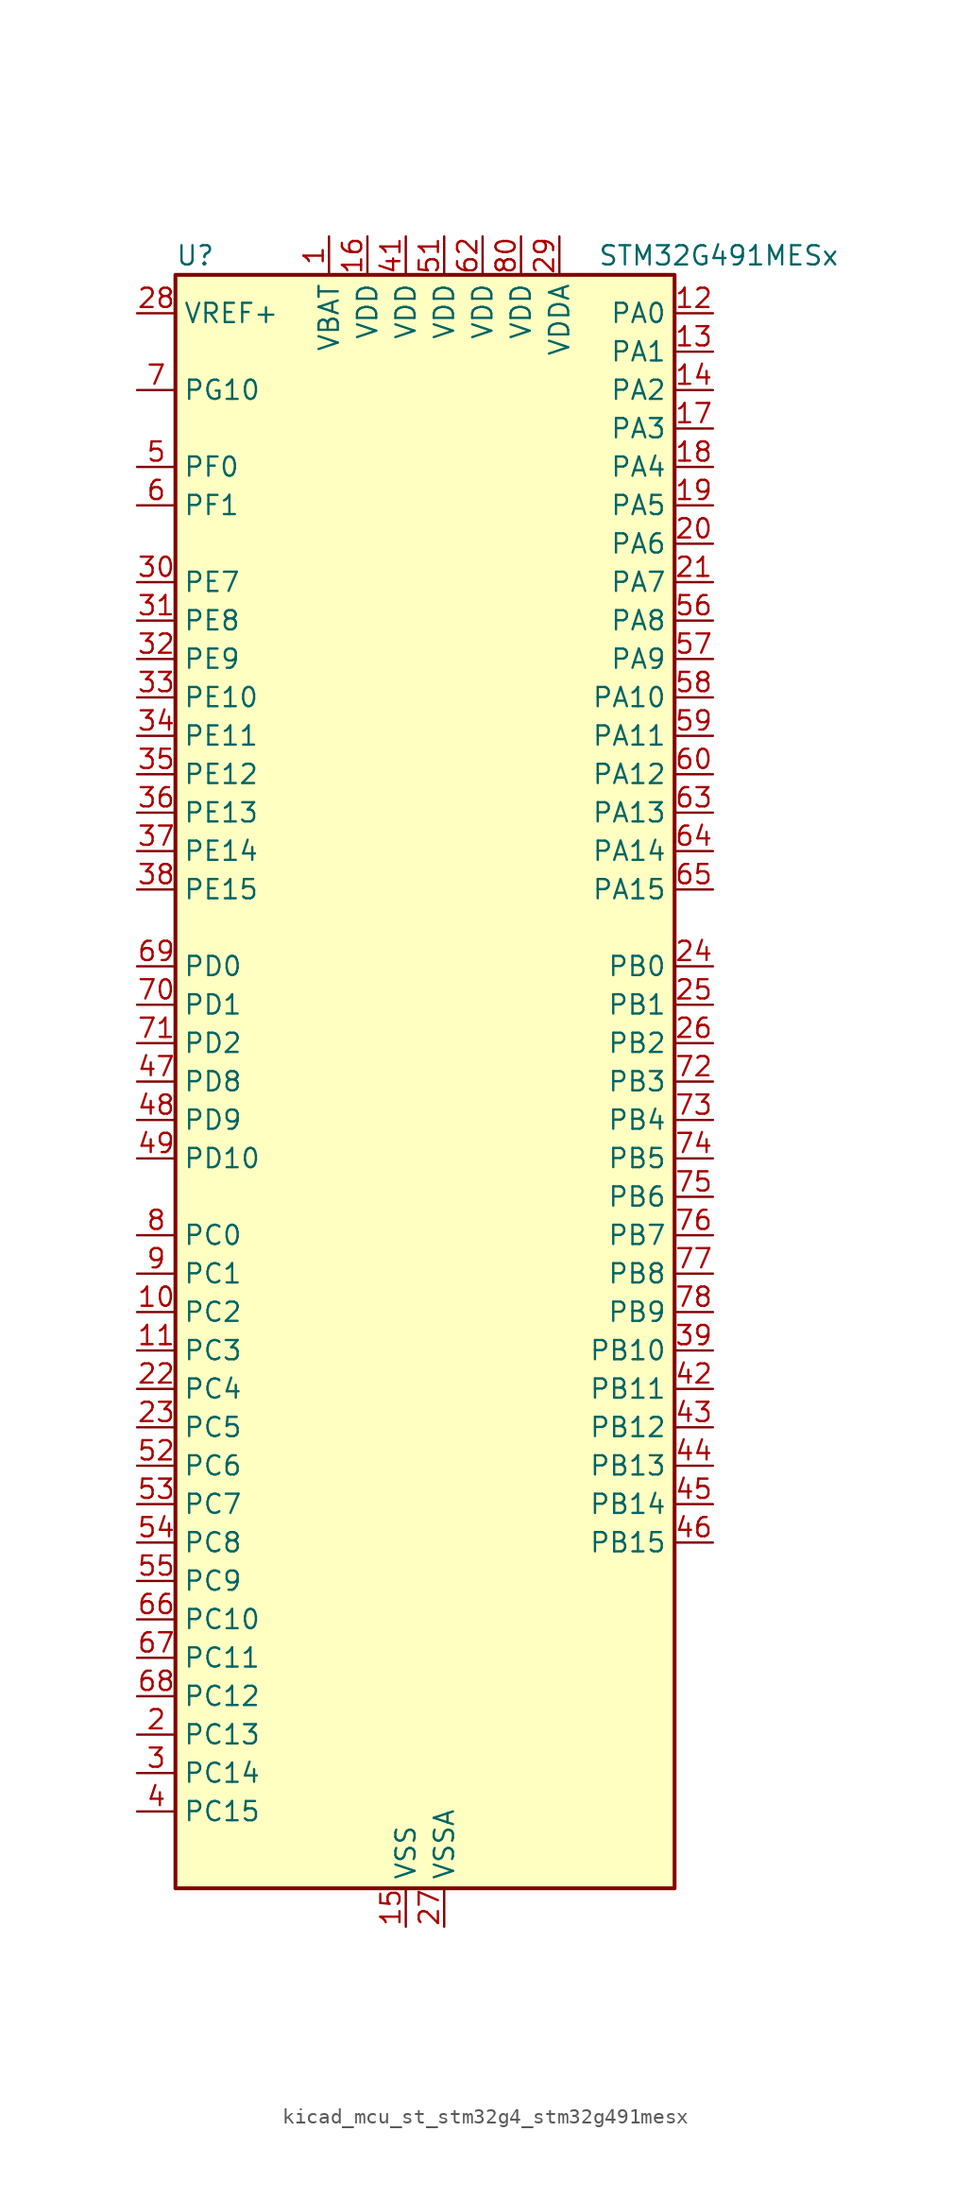
<source format=kicad_sym>
(kicad_symbol_lib
  (version 20220914)
  (generator kicad_symbol_editor)
  (symbol "kicad_mcu_st_stm32g4_stm32g491mesx"
    (property "Reference" "U"
      (at -15.24 54.61 0)
      (effects (font (size 1.27 1.27)) (justify left)))
    (property "Value" "STM32G491MESx"
      (at 12.7 54.61 0)
      (effects (font (size 1.27 1.27)) (justify left)))
    (property "ki_locked" ""
      (at 0 0 0)
      (effects (font (size 1.27 1.27))))
    (symbol "kicad_mcu_st_stm32g4_stm32g491mesx_0_1"
      (rectangle (start -15.24 -53.34) (end 17.78 53.34) (stroke (width 0.254) (type default)) (fill (type background))))
    (symbol "kicad_mcu_st_stm32g4_stm32g491mesx_1_1"
      (pin power_in line (at -5.08 55.88 270) (length 2.54) (name "VBAT" (effects (font (size 1.27 1.27)))) (number "1" (effects (font (size 1.27 1.27)))))
      (pin bidirectional line (at -17.78 -15.24 0) (length 2.54) (name "PC2" (effects (font (size 1.27 1.27)))) (number "10" (effects (font (size 1.27 1.27)))) (alternate "ADC1_IN8" bidirectional line) (alternate "ADC2_IN8" bidirectional line) (alternate "ADC3_EXTI2" bidirectional line) (alternate "COMP3_OUT" bidirectional line) (alternate "LPTIM1_IN2" bidirectional line) (alternate "QUADSPI1_BK2_IO1" bidirectional line) (alternate "TIM1_CH3" bidirectional line) (alternate "TIM20_CH2" bidirectional line))
      (pin bidirectional line (at -17.78 -17.78 0) (length 2.54) (name "PC3" (effects (font (size 1.27 1.27)))) (number "11" (effects (font (size 1.27 1.27)))) (alternate "ADC1_IN9" bidirectional line) (alternate "ADC2_IN9" bidirectional line) (alternate "ADC3_EXTI3" bidirectional line) (alternate "LPTIM1_ETR" bidirectional line) (alternate "QUADSPI1_BK2_IO2" bidirectional line) (alternate "SAI1_D1" bidirectional line) (alternate "SAI1_SD_A" bidirectional line) (alternate "TIM1_BKIN2" bidirectional line) (alternate "TIM1_CH4" bidirectional line))
      (pin bidirectional line (at 20.32 50.8 180) (length 2.54) (name "PA0" (effects (font (size 1.27 1.27)))) (number "12" (effects (font (size 1.27 1.27)))) (alternate "ADC1_IN1" bidirectional line) (alternate "ADC2_IN1" bidirectional line) (alternate "COMP1_INM" bidirectional line) (alternate "COMP1_OUT" bidirectional line) (alternate "COMP3_INP" bidirectional line) (alternate "RTC_TAMP2" bidirectional line) (alternate "SYS_WKUP1" bidirectional line) (alternate "TIM2_CH1" bidirectional line) (alternate "TIM2_ETR" bidirectional line) (alternate "TIM8_BKIN" bidirectional line) (alternate "TIM8_ETR" bidirectional line) (alternate "USART2_CTS" bidirectional line) (alternate "USART2_NSS" bidirectional line))
      (pin bidirectional line (at 20.32 48.26 180) (length 2.54) (name "PA1" (effects (font (size 1.27 1.27)))) (number "13" (effects (font (size 1.27 1.27)))) (alternate "ADC1_IN2" bidirectional line) (alternate "ADC2_IN2" bidirectional line) (alternate "COMP1_INP" bidirectional line) (alternate "OPAMP1_VINP" bidirectional line) (alternate "OPAMP1_VINP_SEC" bidirectional line) (alternate "OPAMP3_VINP" bidirectional line) (alternate "OPAMP3_VINP_SEC" bidirectional line) (alternate "OPAMP6_VINM" bidirectional line) (alternate "OPAMP6_VINM0" bidirectional line) (alternate "OPAMP6_VINM_SEC" bidirectional line) (alternate "RTC_REFIN" bidirectional line) (alternate "TIM15_CH1N" bidirectional line) (alternate "TIM2_CH2" bidirectional line) (alternate "USART2_DE" bidirectional line) (alternate "USART2_RTS" bidirectional line))
      (pin bidirectional line (at 20.32 45.72 180) (length 2.54) (name "PA2" (effects (font (size 1.27 1.27)))) (number "14" (effects (font (size 1.27 1.27)))) (alternate "ADC1_IN3" bidirectional line) (alternate "ADC3_EXTI2" bidirectional line) (alternate "COMP2_INM" bidirectional line) (alternate "COMP2_OUT" bidirectional line) (alternate "LPUART1_TX" bidirectional line) (alternate "OPAMP1_VOUT" bidirectional line) (alternate "QUADSPI1_BK1_NCS" bidirectional line) (alternate "RCC_LSCO" bidirectional line) (alternate "SYS_WKUP4" bidirectional line) (alternate "TIM15_CH1" bidirectional line) (alternate "TIM2_CH3" bidirectional line) (alternate "UCPD1_FRSTX1" bidirectional line) (alternate "UCPD1_FRSTX2" bidirectional line) (alternate "USART2_TX" bidirectional line))
      (pin power_in line (at 0 -55.88 90) (length 2.54) (name "VSS" (effects (font (size 1.27 1.27)))) (number "15" (effects (font (size 1.27 1.27)))))
      (pin power_in line (at -2.54 55.88 270) (length 2.54) (name "VDD" (effects (font (size 1.27 1.27)))) (number "16" (effects (font (size 1.27 1.27)))))
      (pin bidirectional line (at 20.32 43.18 180) (length 2.54) (name "PA3" (effects (font (size 1.27 1.27)))) (number "17" (effects (font (size 1.27 1.27)))) (alternate "ADC1_IN4" bidirectional line) (alternate "ADC3_EXTI3" bidirectional line) (alternate "COMP2_INP" bidirectional line) (alternate "LPUART1_RX" bidirectional line) (alternate "OPAMP1_VINM" bidirectional line) (alternate "OPAMP1_VINM0" bidirectional line) (alternate "OPAMP1_VINM_SEC" bidirectional line) (alternate "OPAMP1_VINP" bidirectional line) (alternate "OPAMP1_VINP_SEC" bidirectional line) (alternate "QUADSPI1_CLK" bidirectional line) (alternate "SAI1_CK1" bidirectional line) (alternate "SAI1_MCLK_A" bidirectional line) (alternate "TIM15_CH2" bidirectional line) (alternate "TIM2_CH4" bidirectional line) (alternate "USART2_RX" bidirectional line))
      (pin bidirectional line (at 20.32 40.64 180) (length 2.54) (name "PA4" (effects (font (size 1.27 1.27)))) (number "18" (effects (font (size 1.27 1.27)))) (alternate "ADC2_IN17" bidirectional line) (alternate "COMP1_INM" bidirectional line) (alternate "DAC1_OUT1" bidirectional line) (alternate "I2S3_WS" bidirectional line) (alternate "SAI1_FS_B" bidirectional line) (alternate "SPI1_NSS" bidirectional line) (alternate "SPI3_NSS" bidirectional line) (alternate "TIM3_CH2" bidirectional line) (alternate "USART2_CK" bidirectional line))
      (pin bidirectional line (at 20.32 38.1 180) (length 2.54) (name "PA5" (effects (font (size 1.27 1.27)))) (number "19" (effects (font (size 1.27 1.27)))) (alternate "ADC2_IN13" bidirectional line) (alternate "COMP2_INM" bidirectional line) (alternate "DAC1_OUT2" bidirectional line) (alternate "OPAMP2_VINM" bidirectional line) (alternate "OPAMP2_VINM0" bidirectional line) (alternate "OPAMP2_VINM_SEC" bidirectional line) (alternate "SPI1_SCK" bidirectional line) (alternate "TIM2_CH1" bidirectional line) (alternate "TIM2_ETR" bidirectional line) (alternate "UCPD1_FRSTX1" bidirectional line) (alternate "UCPD1_FRSTX2" bidirectional line))
      (pin bidirectional line (at -17.78 -43.18 0) (length 2.54) (name "PC13" (effects (font (size 1.27 1.27)))) (number "2" (effects (font (size 1.27 1.27)))) (alternate "RTC_OUT1" bidirectional line) (alternate "RTC_TAMP1" bidirectional line) (alternate "RTC_TS" bidirectional line) (alternate "SYS_WKUP2" bidirectional line) (alternate "TIM1_BKIN" bidirectional line) (alternate "TIM1_CH1N" bidirectional line) (alternate "TIM8_CH4N" bidirectional line))
      (pin bidirectional line (at 20.32 35.56 180) (length 2.54) (name "PA6" (effects (font (size 1.27 1.27)))) (number "20" (effects (font (size 1.27 1.27)))) (alternate "ADC2_IN3" bidirectional line) (alternate "COMP1_OUT" bidirectional line) (alternate "LPUART1_CTS" bidirectional line) (alternate "OPAMP2_VOUT" bidirectional line) (alternate "QUADSPI1_BK1_IO3" bidirectional line) (alternate "SPI1_MISO" bidirectional line) (alternate "TIM16_CH1" bidirectional line) (alternate "TIM1_BKIN" bidirectional line) (alternate "TIM3_CH1" bidirectional line) (alternate "TIM8_BKIN" bidirectional line))
      (pin bidirectional line (at 20.32 33.02 180) (length 2.54) (name "PA7" (effects (font (size 1.27 1.27)))) (number "21" (effects (font (size 1.27 1.27)))) (alternate "ADC2_IN4" bidirectional line) (alternate "COMP2_INP" bidirectional line) (alternate "COMP2_OUT" bidirectional line) (alternate "OPAMP1_VINP" bidirectional line) (alternate "OPAMP1_VINP_SEC" bidirectional line) (alternate "OPAMP2_VINP" bidirectional line) (alternate "OPAMP2_VINP_SEC" bidirectional line) (alternate "QUADSPI1_BK1_IO2" bidirectional line) (alternate "SPI1_MOSI" bidirectional line) (alternate "TIM17_CH1" bidirectional line) (alternate "TIM1_CH1N" bidirectional line) (alternate "TIM3_CH2" bidirectional line) (alternate "TIM8_CH1N" bidirectional line) (alternate "UCPD1_FRSTX1" bidirectional line) (alternate "UCPD1_FRSTX2" bidirectional line))
      (pin bidirectional line (at -17.78 -20.32 0) (length 2.54) (name "PC4" (effects (font (size 1.27 1.27)))) (number "22" (effects (font (size 1.27 1.27)))) (alternate "ADC2_IN5" bidirectional line) (alternate "I2C2_SCL" bidirectional line) (alternate "QUADSPI1_BK2_IO3" bidirectional line) (alternate "TIM1_ETR" bidirectional line) (alternate "USART1_TX" bidirectional line))
      (pin bidirectional line (at -17.78 -22.86 0) (length 2.54) (name "PC5" (effects (font (size 1.27 1.27)))) (number "23" (effects (font (size 1.27 1.27)))) (alternate "ADC2_IN11" bidirectional line) (alternate "OPAMP1_VINM" bidirectional line) (alternate "OPAMP1_VINM1" bidirectional line) (alternate "OPAMP1_VINM_SEC" bidirectional line) (alternate "OPAMP2_VINM" bidirectional line) (alternate "OPAMP2_VINM1" bidirectional line) (alternate "OPAMP2_VINM_SEC" bidirectional line) (alternate "SAI1_D3" bidirectional line) (alternate "SYS_WKUP5" bidirectional line) (alternate "TIM15_BKIN" bidirectional line) (alternate "TIM1_CH4N" bidirectional line) (alternate "USART1_RX" bidirectional line))
      (pin bidirectional line (at 20.32 7.62 180) (length 2.54) (name "PB0" (effects (font (size 1.27 1.27)))) (number "24" (effects (font (size 1.27 1.27)))) (alternate "ADC1_IN15" bidirectional line) (alternate "ADC3_IN12" bidirectional line) (alternate "COMP4_INP" bidirectional line) (alternate "OPAMP2_VINP" bidirectional line) (alternate "OPAMP2_VINP_SEC" bidirectional line) (alternate "OPAMP3_VINP" bidirectional line) (alternate "OPAMP3_VINP_SEC" bidirectional line) (alternate "QUADSPI1_BK1_IO1" bidirectional line) (alternate "TIM1_CH2N" bidirectional line) (alternate "TIM3_CH3" bidirectional line) (alternate "TIM8_CH2N" bidirectional line) (alternate "UCPD1_FRSTX1" bidirectional line) (alternate "UCPD1_FRSTX2" bidirectional line))
      (pin bidirectional line (at 20.32 5.08 180) (length 2.54) (name "PB1" (effects (font (size 1.27 1.27)))) (number "25" (effects (font (size 1.27 1.27)))) (alternate "ADC1_IN12" bidirectional line) (alternate "ADC3_IN1" bidirectional line) (alternate "COMP1_INP" bidirectional line) (alternate "COMP4_OUT" bidirectional line) (alternate "LPUART1_DE" bidirectional line) (alternate "LPUART1_RTS" bidirectional line) (alternate "OPAMP3_VOUT" bidirectional line) (alternate "OPAMP6_VINM" bidirectional line) (alternate "OPAMP6_VINM1" bidirectional line) (alternate "OPAMP6_VINM_SEC" bidirectional line) (alternate "QUADSPI1_BK1_IO0" bidirectional line) (alternate "TIM1_CH3N" bidirectional line) (alternate "TIM3_CH4" bidirectional line) (alternate "TIM8_CH3N" bidirectional line))
      (pin bidirectional line (at 20.32 2.54 180) (length 2.54) (name "PB2" (effects (font (size 1.27 1.27)))) (number "26" (effects (font (size 1.27 1.27)))) (alternate "ADC2_IN12" bidirectional line) (alternate "ADC3_EXTI2" bidirectional line) (alternate "COMP4_INM" bidirectional line) (alternate "I2C3_SMBA" bidirectional line) (alternate "LPTIM1_OUT" bidirectional line) (alternate "OPAMP3_VINM" bidirectional line) (alternate "OPAMP3_VINM0" bidirectional line) (alternate "OPAMP3_VINM_SEC" bidirectional line) (alternate "QUADSPI1_BK2_IO1" bidirectional line) (alternate "RTC_OUT2" bidirectional line) (alternate "TIM20_CH1" bidirectional line))
      (pin power_in line (at 2.54 -55.88 90) (length 2.54) (name "VSSA" (effects (font (size 1.27 1.27)))) (number "27" (effects (font (size 1.27 1.27)))))
      (pin input line (at -17.78 50.8 0) (length 2.54) (name "VREF+" (effects (font (size 1.27 1.27)))) (number "28" (effects (font (size 1.27 1.27)))) (alternate "VREFBUF_OUT" bidirectional line))
      (pin power_in line (at 10.16 55.88 270) (length 2.54) (name "VDDA" (effects (font (size 1.27 1.27)))) (number "29" (effects (font (size 1.27 1.27)))))
      (pin bidirectional line (at -17.78 -45.72 0) (length 2.54) (name "PC14" (effects (font (size 1.27 1.27)))) (number "3" (effects (font (size 1.27 1.27)))) (alternate "RCC_OSC32_IN" bidirectional line))
      (pin bidirectional line (at -17.78 33.02 0) (length 2.54) (name "PE7" (effects (font (size 1.27 1.27)))) (number "30" (effects (font (size 1.27 1.27)))) (alternate "ADC3_IN4" bidirectional line) (alternate "COMP4_INP" bidirectional line) (alternate "SAI1_SD_B" bidirectional line) (alternate "TIM1_ETR" bidirectional line))
      (pin bidirectional line (at -17.78 30.48 0) (length 2.54) (name "PE8" (effects (font (size 1.27 1.27)))) (number "31" (effects (font (size 1.27 1.27)))) (alternate "ADC3_IN6" bidirectional line) (alternate "COMP4_INM" bidirectional line) (alternate "SAI1_SCK_B" bidirectional line) (alternate "TIM1_CH1N" bidirectional line))
      (pin bidirectional line (at -17.78 27.94 0) (length 2.54) (name "PE9" (effects (font (size 1.27 1.27)))) (number "32" (effects (font (size 1.27 1.27)))) (alternate "ADC3_IN2" bidirectional line) (alternate "DAC1_EXTI9" bidirectional line) (alternate "DAC3_EXTI9" bidirectional line) (alternate "SAI1_FS_B" bidirectional line) (alternate "TIM1_CH1" bidirectional line))
      (pin bidirectional line (at -17.78 25.4 0) (length 2.54) (name "PE10" (effects (font (size 1.27 1.27)))) (number "33" (effects (font (size 1.27 1.27)))) (alternate "ADC3_IN14" bidirectional line) (alternate "DAC1_EXTI10" bidirectional line) (alternate "DAC3_EXTI10" bidirectional line) (alternate "QUADSPI1_CLK" bidirectional line) (alternate "SAI1_MCLK_B" bidirectional line) (alternate "TIM1_CH2N" bidirectional line))
      (pin bidirectional line (at -17.78 22.86 0) (length 2.54) (name "PE11" (effects (font (size 1.27 1.27)))) (number "34" (effects (font (size 1.27 1.27)))) (alternate "ADC1_EXTI11" bidirectional line) (alternate "ADC2_EXTI11" bidirectional line) (alternate "ADC3_IN15" bidirectional line) (alternate "QUADSPI1_BK1_NCS" bidirectional line) (alternate "TIM1_CH2" bidirectional line))
      (pin bidirectional line (at -17.78 20.32 0) (length 2.54) (name "PE12" (effects (font (size 1.27 1.27)))) (number "35" (effects (font (size 1.27 1.27)))) (alternate "ADC3_IN16" bidirectional line) (alternate "QUADSPI1_BK1_IO0" bidirectional line) (alternate "TIM1_CH3N" bidirectional line))
      (pin bidirectional line (at -17.78 17.78 0) (length 2.54) (name "PE13" (effects (font (size 1.27 1.27)))) (number "36" (effects (font (size 1.27 1.27)))) (alternate "ADC3_IN3" bidirectional line) (alternate "QUADSPI1_BK1_IO1" bidirectional line) (alternate "TIM1_CH3" bidirectional line))
      (pin bidirectional line (at -17.78 15.24 0) (length 2.54) (name "PE14" (effects (font (size 1.27 1.27)))) (number "37" (effects (font (size 1.27 1.27)))) (alternate "QUADSPI1_BK1_IO2" bidirectional line) (alternate "TIM1_BKIN2" bidirectional line) (alternate "TIM1_CH4" bidirectional line))
      (pin bidirectional line (at -17.78 12.7 0) (length 2.54) (name "PE15" (effects (font (size 1.27 1.27)))) (number "38" (effects (font (size 1.27 1.27)))) (alternate "ADC1_EXTI15" bidirectional line) (alternate "ADC2_EXTI15" bidirectional line) (alternate "QUADSPI1_BK1_IO3" bidirectional line) (alternate "TIM1_BKIN" bidirectional line) (alternate "TIM1_CH4N" bidirectional line) (alternate "USART3_RX" bidirectional line))
      (pin bidirectional line (at 20.32 -17.78 180) (length 2.54) (name "PB10" (effects (font (size 1.27 1.27)))) (number "39" (effects (font (size 1.27 1.27)))) (alternate "DAC1_EXTI10" bidirectional line) (alternate "DAC3_EXTI10" bidirectional line) (alternate "LPUART1_RX" bidirectional line) (alternate "OPAMP3_VINM" bidirectional line) (alternate "OPAMP3_VINM1" bidirectional line) (alternate "OPAMP3_VINM_SEC" bidirectional line) (alternate "QUADSPI1_CLK" bidirectional line) (alternate "SAI1_SCK_A" bidirectional line) (alternate "TIM1_BKIN" bidirectional line) (alternate "TIM2_CH3" bidirectional line) (alternate "USART3_TX" bidirectional line))
      (pin bidirectional line (at -17.78 -48.26 0) (length 2.54) (name "PC15" (effects (font (size 1.27 1.27)))) (number "4" (effects (font (size 1.27 1.27)))) (alternate "ADC1_EXTI15" bidirectional line) (alternate "ADC2_EXTI15" bidirectional line) (alternate "RCC_OSC32_OUT" bidirectional line))
      (pin passive line (at 0 -55.88 90) (length 2.54) hide (name "VSS" (effects (font (size 1.27 1.27)))) (number "40" (effects (font (size 1.27 1.27)))))
      (pin power_in line (at 0 55.88 270) (length 2.54) (name "VDD" (effects (font (size 1.27 1.27)))) (number "41" (effects (font (size 1.27 1.27)))))
      (pin bidirectional line (at 20.32 -20.32 180) (length 2.54) (name "PB11" (effects (font (size 1.27 1.27)))) (number "42" (effects (font (size 1.27 1.27)))) (alternate "ADC1_EXTI11" bidirectional line) (alternate "ADC1_IN14" bidirectional line) (alternate "ADC2_EXTI11" bidirectional line) (alternate "ADC2_IN14" bidirectional line) (alternate "LPUART1_TX" bidirectional line) (alternate "OPAMP6_VOUT" bidirectional line) (alternate "QUADSPI1_BK1_NCS" bidirectional line) (alternate "TIM2_CH4" bidirectional line) (alternate "USART3_RX" bidirectional line))
      (pin bidirectional line (at 20.32 -22.86 180) (length 2.54) (name "PB12" (effects (font (size 1.27 1.27)))) (number "43" (effects (font (size 1.27 1.27)))) (alternate "ADC1_IN11" bidirectional line) (alternate "FDCAN2_RX" bidirectional line) (alternate "I2C2_SMBA" bidirectional line) (alternate "I2S2_WS" bidirectional line) (alternate "LPUART1_DE" bidirectional line) (alternate "LPUART1_RTS" bidirectional line) (alternate "OPAMP6_VINP" bidirectional line) (alternate "OPAMP6_VINP_SEC" bidirectional line) (alternate "SPI2_NSS" bidirectional line) (alternate "TIM1_BKIN" bidirectional line) (alternate "USART3_CK" bidirectional line))
      (pin bidirectional line (at 20.32 -25.4 180) (length 2.54) (name "PB13" (effects (font (size 1.27 1.27)))) (number "44" (effects (font (size 1.27 1.27)))) (alternate "ADC3_IN5" bidirectional line) (alternate "FDCAN2_TX" bidirectional line) (alternate "I2S2_CK" bidirectional line) (alternate "LPUART1_CTS" bidirectional line) (alternate "OPAMP3_VINP" bidirectional line) (alternate "OPAMP3_VINP_SEC" bidirectional line) (alternate "OPAMP6_VINP" bidirectional line) (alternate "OPAMP6_VINP_SEC" bidirectional line) (alternate "SPI2_SCK" bidirectional line) (alternate "TIM1_CH1N" bidirectional line) (alternate "USART3_CTS" bidirectional line) (alternate "USART3_NSS" bidirectional line))
      (pin bidirectional line (at 20.32 -27.94 180) (length 2.54) (name "PB14" (effects (font (size 1.27 1.27)))) (number "45" (effects (font (size 1.27 1.27)))) (alternate "ADC1_IN5" bidirectional line) (alternate "COMP4_OUT" bidirectional line) (alternate "OPAMP2_VINP" bidirectional line) (alternate "OPAMP2_VINP_SEC" bidirectional line) (alternate "SPI2_MISO" bidirectional line) (alternate "TIM15_CH1" bidirectional line) (alternate "TIM1_CH2N" bidirectional line) (alternate "USART3_DE" bidirectional line) (alternate "USART3_RTS" bidirectional line))
      (pin bidirectional line (at 20.32 -30.48 180) (length 2.54) (name "PB15" (effects (font (size 1.27 1.27)))) (number "46" (effects (font (size 1.27 1.27)))) (alternate "ADC1_EXTI15" bidirectional line) (alternate "ADC2_EXTI15" bidirectional line) (alternate "ADC2_IN15" bidirectional line) (alternate "COMP3_OUT" bidirectional line) (alternate "I2S2_SD" bidirectional line) (alternate "RTC_REFIN" bidirectional line) (alternate "SPI2_MOSI" bidirectional line) (alternate "TIM15_CH1N" bidirectional line) (alternate "TIM15_CH2" bidirectional line) (alternate "TIM1_CH3N" bidirectional line))
      (pin bidirectional line (at -17.78 0 0) (length 2.54) (name "PD8" (effects (font (size 1.27 1.27)))) (number "47" (effects (font (size 1.27 1.27)))) (alternate "USART3_TX" bidirectional line))
      (pin bidirectional line (at -17.78 -2.54 0) (length 2.54) (name "PD9" (effects (font (size 1.27 1.27)))) (number "48" (effects (font (size 1.27 1.27)))) (alternate "DAC1_EXTI9" bidirectional line) (alternate "DAC3_EXTI9" bidirectional line) (alternate "OPAMP6_VINP" bidirectional line) (alternate "OPAMP6_VINP_SEC" bidirectional line) (alternate "USART3_RX" bidirectional line))
      (pin bidirectional line (at -17.78 -5.08 0) (length 2.54) (name "PD10" (effects (font (size 1.27 1.27)))) (number "49" (effects (font (size 1.27 1.27)))) (alternate "ADC3_IN7" bidirectional line) (alternate "DAC1_EXTI10" bidirectional line) (alternate "DAC3_EXTI10" bidirectional line) (alternate "USART3_CK" bidirectional line))
      (pin bidirectional line (at -17.78 40.64 0) (length 2.54) (name "PF0" (effects (font (size 1.27 1.27)))) (number "5" (effects (font (size 1.27 1.27)))) (alternate "ADC1_IN10" bidirectional line) (alternate "I2C2_SDA" bidirectional line) (alternate "I2S2_WS" bidirectional line) (alternate "RCC_OSC_IN" bidirectional line) (alternate "SPI2_NSS" bidirectional line) (alternate "TIM1_CH3N" bidirectional line))
      (pin passive line (at 0 -55.88 90) (length 2.54) hide (name "VSS" (effects (font (size 1.27 1.27)))) (number "50" (effects (font (size 1.27 1.27)))))
      (pin power_in line (at 2.54 55.88 270) (length 2.54) (name "VDD" (effects (font (size 1.27 1.27)))) (number "51" (effects (font (size 1.27 1.27)))))
      (pin bidirectional line (at -17.78 -25.4 0) (length 2.54) (name "PC6" (effects (font (size 1.27 1.27)))) (number "52" (effects (font (size 1.27 1.27)))) (alternate "I2S2_MCK" bidirectional line) (alternate "TIM3_CH1" bidirectional line) (alternate "TIM8_CH1" bidirectional line))
      (pin bidirectional line (at -17.78 -27.94 0) (length 2.54) (name "PC7" (effects (font (size 1.27 1.27)))) (number "53" (effects (font (size 1.27 1.27)))) (alternate "I2S3_MCK" bidirectional line) (alternate "TIM3_CH2" bidirectional line) (alternate "TIM8_CH2" bidirectional line))
      (pin bidirectional line (at -17.78 -30.48 0) (length 2.54) (name "PC8" (effects (font (size 1.27 1.27)))) (number "54" (effects (font (size 1.27 1.27)))) (alternate "I2C3_SCL" bidirectional line) (alternate "TIM20_CH3" bidirectional line) (alternate "TIM3_CH3" bidirectional line) (alternate "TIM8_CH3" bidirectional line))
      (pin bidirectional line (at -17.78 -33.02 0) (length 2.54) (name "PC9" (effects (font (size 1.27 1.27)))) (number "55" (effects (font (size 1.27 1.27)))) (alternate "DAC1_EXTI9" bidirectional line) (alternate "DAC3_EXTI9" bidirectional line) (alternate "I2C3_SDA" bidirectional line) (alternate "I2S_CKIN" bidirectional line) (alternate "TIM3_CH4" bidirectional line) (alternate "TIM8_BKIN2" bidirectional line) (alternate "TIM8_CH4" bidirectional line))
      (pin bidirectional line (at 20.32 30.48 180) (length 2.54) (name "PA8" (effects (font (size 1.27 1.27)))) (number "56" (effects (font (size 1.27 1.27)))) (alternate "I2C2_SDA" bidirectional line) (alternate "I2C3_SCL" bidirectional line) (alternate "I2S2_MCK" bidirectional line) (alternate "RCC_MCO" bidirectional line) (alternate "SAI1_CK2" bidirectional line) (alternate "SAI1_SCK_A" bidirectional line) (alternate "TIM1_CH1" bidirectional line) (alternate "TIM4_ETR" bidirectional line) (alternate "USART1_CK" bidirectional line))
      (pin bidirectional line (at 20.32 27.94 180) (length 2.54) (name "PA9" (effects (font (size 1.27 1.27)))) (number "57" (effects (font (size 1.27 1.27)))) (alternate "DAC1_EXTI9" bidirectional line) (alternate "DAC3_EXTI9" bidirectional line) (alternate "I2C2_SCL" bidirectional line) (alternate "I2C3_SMBA" bidirectional line) (alternate "I2S3_MCK" bidirectional line) (alternate "SAI1_FS_A" bidirectional line) (alternate "TIM15_BKIN" bidirectional line) (alternate "TIM1_CH2" bidirectional line) (alternate "TIM2_CH3" bidirectional line) (alternate "UCPD1_DBCC1" bidirectional line) (alternate "USART1_TX" bidirectional line))
      (pin bidirectional line (at 20.32 25.4 180) (length 2.54) (name "PA10" (effects (font (size 1.27 1.27)))) (number "58" (effects (font (size 1.27 1.27)))) (alternate "CRS_SYNC" bidirectional line) (alternate "DAC1_EXTI10" bidirectional line) (alternate "DAC3_EXTI10" bidirectional line) (alternate "I2C2_SMBA" bidirectional line) (alternate "SAI1_D1" bidirectional line) (alternate "SAI1_SD_A" bidirectional line) (alternate "SPI2_MISO" bidirectional line) (alternate "TIM17_BKIN" bidirectional line) (alternate "TIM1_CH3" bidirectional line) (alternate "TIM2_CH4" bidirectional line) (alternate "TIM8_BKIN" bidirectional line) (alternate "UCPD1_DBCC2" bidirectional line) (alternate "USART1_RX" bidirectional line))
      (pin bidirectional line (at 20.32 22.86 180) (length 2.54) (name "PA11" (effects (font (size 1.27 1.27)))) (number "59" (effects (font (size 1.27 1.27)))) (alternate "ADC1_EXTI11" bidirectional line) (alternate "ADC2_EXTI11" bidirectional line) (alternate "COMP1_OUT" bidirectional line) (alternate "FDCAN1_RX" bidirectional line) (alternate "I2S2_SD" bidirectional line) (alternate "SPI2_MOSI" bidirectional line) (alternate "TIM1_BKIN2" bidirectional line) (alternate "TIM1_CH1N" bidirectional line) (alternate "TIM1_CH4" bidirectional line) (alternate "TIM4_CH1" bidirectional line) (alternate "USART1_CTS" bidirectional line) (alternate "USART1_NSS" bidirectional line) (alternate "USB_DM" bidirectional line))
      (pin bidirectional line (at -17.78 38.1 0) (length 2.54) (name "PF1" (effects (font (size 1.27 1.27)))) (number "6" (effects (font (size 1.27 1.27)))) (alternate "ADC2_IN10" bidirectional line) (alternate "COMP3_INM" bidirectional line) (alternate "I2S2_CK" bidirectional line) (alternate "RCC_OSC_OUT" bidirectional line) (alternate "SPI2_SCK" bidirectional line))
      (pin bidirectional line (at 20.32 20.32 180) (length 2.54) (name "PA12" (effects (font (size 1.27 1.27)))) (number "60" (effects (font (size 1.27 1.27)))) (alternate "COMP2_OUT" bidirectional line) (alternate "FDCAN1_TX" bidirectional line) (alternate "I2S_CKIN" bidirectional line) (alternate "TIM16_CH1" bidirectional line) (alternate "TIM1_CH2N" bidirectional line) (alternate "TIM1_ETR" bidirectional line) (alternate "TIM4_CH2" bidirectional line) (alternate "USART1_DE" bidirectional line) (alternate "USART1_RTS" bidirectional line) (alternate "USB_DP" bidirectional line))
      (pin passive line (at 0 -55.88 90) (length 2.54) hide (name "VSS" (effects (font (size 1.27 1.27)))) (number "61" (effects (font (size 1.27 1.27)))))
      (pin power_in line (at 5.08 55.88 270) (length 2.54) (name "VDD" (effects (font (size 1.27 1.27)))) (number "62" (effects (font (size 1.27 1.27)))))
      (pin bidirectional line (at 20.32 17.78 180) (length 2.54) (name "PA13" (effects (font (size 1.27 1.27)))) (number "63" (effects (font (size 1.27 1.27)))) (alternate "I2C1_SCL" bidirectional line) (alternate "IR_OUT" bidirectional line) (alternate "SAI1_SD_B" bidirectional line) (alternate "SYS_JTMS-SWDIO" bidirectional line) (alternate "TIM16_CH1N" bidirectional line) (alternate "TIM4_CH3" bidirectional line) (alternate "USART3_CTS" bidirectional line) (alternate "USART3_NSS" bidirectional line))
      (pin bidirectional line (at 20.32 15.24 180) (length 2.54) (name "PA14" (effects (font (size 1.27 1.27)))) (number "64" (effects (font (size 1.27 1.27)))) (alternate "I2C1_SDA" bidirectional line) (alternate "LPTIM1_OUT" bidirectional line) (alternate "SAI1_FS_B" bidirectional line) (alternate "SYS_JTCK-SWCLK" bidirectional line) (alternate "TIM1_BKIN" bidirectional line) (alternate "TIM8_CH2" bidirectional line) (alternate "USART2_TX" bidirectional line))
      (pin bidirectional line (at 20.32 12.7 180) (length 2.54) (name "PA15" (effects (font (size 1.27 1.27)))) (number "65" (effects (font (size 1.27 1.27)))) (alternate "ADC1_EXTI15" bidirectional line) (alternate "ADC2_EXTI15" bidirectional line) (alternate "I2C1_SCL" bidirectional line) (alternate "I2S3_WS" bidirectional line) (alternate "SPI1_NSS" bidirectional line) (alternate "SPI3_NSS" bidirectional line) (alternate "SYS_JTDI" bidirectional line) (alternate "TIM1_BKIN" bidirectional line) (alternate "TIM20_ETR" bidirectional line) (alternate "TIM2_CH1" bidirectional line) (alternate "TIM2_ETR" bidirectional line) (alternate "TIM8_CH1" bidirectional line) (alternate "UART4_DE" bidirectional line) (alternate "UART4_RTS" bidirectional line) (alternate "USART2_RX" bidirectional line))
      (pin bidirectional line (at -17.78 -35.56 0) (length 2.54) (name "PC10" (effects (font (size 1.27 1.27)))) (number "66" (effects (font (size 1.27 1.27)))) (alternate "DAC1_EXTI10" bidirectional line) (alternate "DAC3_EXTI10" bidirectional line) (alternate "I2S3_CK" bidirectional line) (alternate "SPI3_SCK" bidirectional line) (alternate "TIM8_CH1N" bidirectional line) (alternate "UART4_TX" bidirectional line) (alternate "USART3_TX" bidirectional line))
      (pin bidirectional line (at -17.78 -38.1 0) (length 2.54) (name "PC11" (effects (font (size 1.27 1.27)))) (number "67" (effects (font (size 1.27 1.27)))) (alternate "ADC1_EXTI11" bidirectional line) (alternate "ADC2_EXTI11" bidirectional line) (alternate "I2C3_SDA" bidirectional line) (alternate "SPI3_MISO" bidirectional line) (alternate "TIM8_CH2N" bidirectional line) (alternate "UART4_RX" bidirectional line) (alternate "USART3_RX" bidirectional line))
      (pin bidirectional line (at -17.78 -40.64 0) (length 2.54) (name "PC12" (effects (font (size 1.27 1.27)))) (number "68" (effects (font (size 1.27 1.27)))) (alternate "I2S3_SD" bidirectional line) (alternate "SPI3_MOSI" bidirectional line) (alternate "TIM8_CH3N" bidirectional line) (alternate "UART5_TX" bidirectional line) (alternate "UCPD1_FRSTX1" bidirectional line) (alternate "UCPD1_FRSTX2" bidirectional line) (alternate "USART3_CK" bidirectional line))
      (pin bidirectional line (at -17.78 7.62 0) (length 2.54) (name "PD0" (effects (font (size 1.27 1.27)))) (number "69" (effects (font (size 1.27 1.27)))) (alternate "FDCAN1_RX" bidirectional line) (alternate "TIM8_CH4N" bidirectional line))
      (pin bidirectional line (at -17.78 45.72 0) (length 2.54) (name "PG10" (effects (font (size 1.27 1.27)))) (number "7" (effects (font (size 1.27 1.27)))) (alternate "DAC1_EXTI10" bidirectional line) (alternate "DAC3_EXTI10" bidirectional line) (alternate "RCC_MCO" bidirectional line))
      (pin bidirectional line (at -17.78 5.08 0) (length 2.54) (name "PD1" (effects (font (size 1.27 1.27)))) (number "70" (effects (font (size 1.27 1.27)))) (alternate "FDCAN1_TX" bidirectional line) (alternate "TIM8_BKIN2" bidirectional line) (alternate "TIM8_CH4" bidirectional line))
      (pin bidirectional line (at -17.78 2.54 0) (length 2.54) (name "PD2" (effects (font (size 1.27 1.27)))) (number "71" (effects (font (size 1.27 1.27)))) (alternate "ADC3_EXTI2" bidirectional line) (alternate "TIM3_ETR" bidirectional line) (alternate "TIM8_BKIN" bidirectional line) (alternate "UART5_RX" bidirectional line))
      (pin bidirectional line (at 20.32 0 180) (length 2.54) (name "PB3" (effects (font (size 1.27 1.27)))) (number "72" (effects (font (size 1.27 1.27)))) (alternate "ADC3_EXTI3" bidirectional line) (alternate "CRS_SYNC" bidirectional line) (alternate "I2S3_CK" bidirectional line) (alternate "SAI1_SCK_B" bidirectional line) (alternate "SPI1_SCK" bidirectional line) (alternate "SPI3_SCK" bidirectional line) (alternate "SYS_JTDO-SWO" bidirectional line) (alternate "TIM2_CH2" bidirectional line) (alternate "TIM3_ETR" bidirectional line) (alternate "TIM4_ETR" bidirectional line) (alternate "TIM8_CH1N" bidirectional line) (alternate "USART2_TX" bidirectional line))
      (pin bidirectional line (at 20.32 -2.54 180) (length 2.54) (name "PB4" (effects (font (size 1.27 1.27)))) (number "73" (effects (font (size 1.27 1.27)))) (alternate "SAI1_MCLK_B" bidirectional line) (alternate "SPI1_MISO" bidirectional line) (alternate "SPI3_MISO" bidirectional line) (alternate "SYS_JTRST" bidirectional line) (alternate "TIM16_CH1" bidirectional line) (alternate "TIM17_BKIN" bidirectional line) (alternate "TIM3_CH1" bidirectional line) (alternate "TIM8_CH2N" bidirectional line) (alternate "UART5_DE" bidirectional line) (alternate "UART5_RTS" bidirectional line) (alternate "UCPD1_CC2" bidirectional line) (alternate "USART2_RX" bidirectional line))
      (pin bidirectional line (at 20.32 -5.08 180) (length 2.54) (name "PB5" (effects (font (size 1.27 1.27)))) (number "74" (effects (font (size 1.27 1.27)))) (alternate "FDCAN2_RX" bidirectional line) (alternate "I2C1_SMBA" bidirectional line) (alternate "I2C3_SDA" bidirectional line) (alternate "I2S3_SD" bidirectional line) (alternate "LPTIM1_IN1" bidirectional line) (alternate "SAI1_SD_B" bidirectional line) (alternate "SPI1_MOSI" bidirectional line) (alternate "SPI3_MOSI" bidirectional line) (alternate "TIM16_BKIN" bidirectional line) (alternate "TIM17_CH1" bidirectional line) (alternate "TIM3_CH2" bidirectional line) (alternate "TIM8_CH3N" bidirectional line) (alternate "UART5_CTS" bidirectional line) (alternate "USART2_CK" bidirectional line))
      (pin bidirectional line (at 20.32 -7.62 180) (length 2.54) (name "PB6" (effects (font (size 1.27 1.27)))) (number "75" (effects (font (size 1.27 1.27)))) (alternate "COMP4_OUT" bidirectional line) (alternate "FDCAN2_TX" bidirectional line) (alternate "LPTIM1_ETR" bidirectional line) (alternate "SAI1_FS_B" bidirectional line) (alternate "TIM16_CH1N" bidirectional line) (alternate "TIM4_CH1" bidirectional line) (alternate "TIM8_BKIN2" bidirectional line) (alternate "TIM8_CH1" bidirectional line) (alternate "TIM8_ETR" bidirectional line) (alternate "UCPD1_CC1" bidirectional line) (alternate "USART1_TX" bidirectional line))
      (pin bidirectional line (at 20.32 -10.16 180) (length 2.54) (name "PB7" (effects (font (size 1.27 1.27)))) (number "76" (effects (font (size 1.27 1.27)))) (alternate "COMP3_OUT" bidirectional line) (alternate "I2C1_SDA" bidirectional line) (alternate "LPTIM1_IN2" bidirectional line) (alternate "SYS_PVD_IN" bidirectional line) (alternate "TIM17_CH1N" bidirectional line) (alternate "TIM3_CH4" bidirectional line) (alternate "TIM4_CH2" bidirectional line) (alternate "TIM8_BKIN" bidirectional line) (alternate "UART4_CTS" bidirectional line) (alternate "USART1_RX" bidirectional line))
      (pin bidirectional line (at 20.32 -12.7 180) (length 2.54) (name "PB8" (effects (font (size 1.27 1.27)))) (number "77" (effects (font (size 1.27 1.27)))) (alternate "COMP1_OUT" bidirectional line) (alternate "FDCAN1_RX" bidirectional line) (alternate "I2C1_SCL" bidirectional line) (alternate "SAI1_CK1" bidirectional line) (alternate "SAI1_MCLK_A" bidirectional line) (alternate "TIM16_CH1" bidirectional line) (alternate "TIM1_BKIN" bidirectional line) (alternate "TIM4_CH3" bidirectional line) (alternate "TIM8_CH2" bidirectional line) (alternate "USART3_RX" bidirectional line))
      (pin bidirectional line (at 20.32 -15.24 180) (length 2.54) (name "PB9" (effects (font (size 1.27 1.27)))) (number "78" (effects (font (size 1.27 1.27)))) (alternate "COMP2_OUT" bidirectional line) (alternate "DAC1_EXTI9" bidirectional line) (alternate "DAC3_EXTI9" bidirectional line) (alternate "FDCAN1_TX" bidirectional line) (alternate "I2C1_SDA" bidirectional line) (alternate "IR_OUT" bidirectional line) (alternate "SAI1_D2" bidirectional line) (alternate "SAI1_FS_A" bidirectional line) (alternate "TIM17_CH1" bidirectional line) (alternate "TIM1_CH3N" bidirectional line) (alternate "TIM4_CH4" bidirectional line) (alternate "TIM8_CH3" bidirectional line) (alternate "USART3_TX" bidirectional line))
      (pin passive line (at 0 -55.88 90) (length 2.54) hide (name "VSS" (effects (font (size 1.27 1.27)))) (number "79" (effects (font (size 1.27 1.27)))))
      (pin bidirectional line (at -17.78 -10.16 0) (length 2.54) (name "PC0" (effects (font (size 1.27 1.27)))) (number "8" (effects (font (size 1.27 1.27)))) (alternate "ADC1_IN6" bidirectional line) (alternate "ADC2_IN6" bidirectional line) (alternate "COMP3_INM" bidirectional line) (alternate "LPTIM1_IN1" bidirectional line) (alternate "LPUART1_RX" bidirectional line) (alternate "TIM1_CH1" bidirectional line))
      (pin power_in line (at 7.62 55.88 270) (length 2.54) (name "VDD" (effects (font (size 1.27 1.27)))) (number "80" (effects (font (size 1.27 1.27)))))
      (pin bidirectional line (at -17.78 -12.7 0) (length 2.54) (name "PC1" (effects (font (size 1.27 1.27)))) (number "9" (effects (font (size 1.27 1.27)))) (alternate "ADC1_IN7" bidirectional line) (alternate "ADC2_IN7" bidirectional line) (alternate "COMP3_INP" bidirectional line) (alternate "LPTIM1_OUT" bidirectional line) (alternate "LPUART1_TX" bidirectional line) (alternate "QUADSPI1_BK2_IO0" bidirectional line) (alternate "SAI1_SD_A" bidirectional line) (alternate "TIM1_CH2" bidirectional line)))))
</source>
